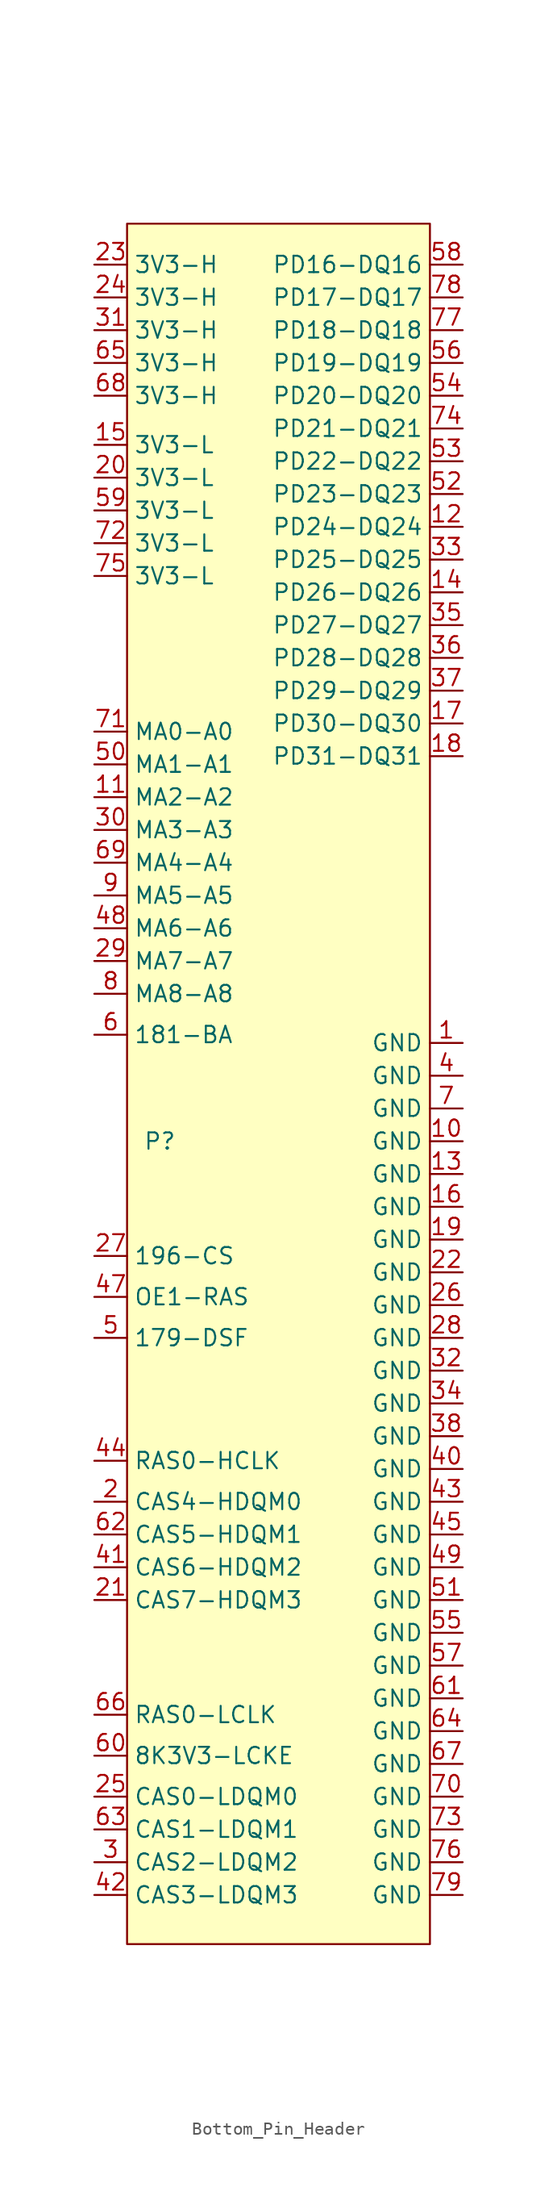
<source format=kicad_sym>
(kicad_symbol_lib
  (version 20220914)
  (generator kicad_symbol_editor)
  (symbol "Bottom_Pin_Header"
    (property "Reference" "P"
      (at 2.54 -71.12 0)
      (effects (font (size 1.27 1.27))))
    (property "Value" ""
      (at 26.035 -63.5 0)
      (effects (font (size 1.27 1.27))))
    (symbol "Bottom_Pin_Header_0_0"
      (pin power_out line (at 26.035 -63.5 180) (length 2.54) (name "GND" (effects (font (size 1.27 1.27)))) (number "1" (effects (font (size 1.27 1.27)))))
      (pin power_out line (at 26.035 -71.12 180) (length 2.54) (name "GND" (effects (font (size 1.27 1.27)))) (number "10" (effects (font (size 1.27 1.27)))))
      (pin output line (at -2.54 -44.45 0) (length 2.54) (name "MA2-A2" (effects (font (size 1.27 1.27)))) (number "11" (effects (font (size 1.27 1.27)))))
      (pin bidirectional line (at 26.035 -23.495 180) (length 2.54) (name "PD24-DQ24" (effects (font (size 1.27 1.27)))) (number "12" (effects (font (size 1.27 1.27)))))
      (pin power_out line (at 26.035 -73.66 180) (length 2.54) (name "GND" (effects (font (size 1.27 1.27)))) (number "13" (effects (font (size 1.27 1.27)))))
      (pin bidirectional line (at 26.035 -28.575 180) (length 2.54) (name "PD26-DQ26" (effects (font (size 1.27 1.27)))) (number "14" (effects (font (size 1.27 1.27)))))
      (pin power_out line (at -2.54 -17.145 0) (length 2.54) (name "3V3-L" (effects (font (size 1.27 1.27)))) (number "15" (effects (font (size 1.27 1.27)))))
      (pin power_out line (at 26.035 -76.2 180) (length 2.54) (name "GND" (effects (font (size 1.27 1.27)))) (number "16" (effects (font (size 1.27 1.27)))))
      (pin bidirectional line (at 26.035 -38.735 180) (length 2.54) (name "PD30-DQ30" (effects (font (size 1.27 1.27)))) (number "17" (effects (font (size 1.27 1.27)))))
      (pin bidirectional line (at 26.035 -41.275 180) (length 2.54) (name "PD31-DQ31" (effects (font (size 1.27 1.27)))) (number "18" (effects (font (size 1.27 1.27)))))
      (pin power_out line (at 26.035 -78.74 180) (length 2.54) (name "GND" (effects (font (size 1.27 1.27)))) (number "19" (effects (font (size 1.27 1.27)))))
      (pin output line (at -2.54 -99.06 0) (length 2.54) (name "CAS4-HDQM0" (effects (font (size 1.27 1.27)))) (number "2" (effects (font (size 1.27 1.27)))))
      (pin power_out line (at -2.54 -19.685 0) (length 2.54) (name "3V3-L" (effects (font (size 1.27 1.27)))) (number "20" (effects (font (size 1.27 1.27)))))
      (pin output line (at -2.54 -106.68 0) (length 2.54) (name "CAS7-HDQM3" (effects (font (size 1.27 1.27)))) (number "21" (effects (font (size 1.27 1.27)))))
      (pin power_out line (at 26.035 -81.28 180) (length 2.54) (name "GND" (effects (font (size 1.27 1.27)))) (number "22" (effects (font (size 1.27 1.27)))))
      (pin power_out line (at -2.54 -3.175 0) (length 2.54) (name "3V3-H" (effects (font (size 1.27 1.27)))) (number "23" (effects (font (size 1.27 1.27)))))
      (pin power_out line (at -2.54 -5.715 0) (length 2.54) (name "3V3-H" (effects (font (size 1.27 1.27)))) (number "24" (effects (font (size 1.27 1.27)))))
      (pin output line (at -2.54 -121.92 0) (length 2.54) (name "CAS0-LDQM0" (effects (font (size 1.27 1.27)))) (number "25" (effects (font (size 1.27 1.27)))))
      (pin power_out line (at 26.035 -83.82 180) (length 2.54) (name "GND" (effects (font (size 1.27 1.27)))) (number "26" (effects (font (size 1.27 1.27)))))
      (pin output line (at -2.54 -80.01 0) (length 2.54) (name "196-CS" (effects (font (size 1.27 1.27)))) (number "27" (effects (font (size 1.27 1.27)))))
      (pin power_out line (at 26.035 -86.36 180) (length 2.54) (name "GND" (effects (font (size 1.27 1.27)))) (number "28" (effects (font (size 1.27 1.27)))))
      (pin output line (at -2.54 -57.15 0) (length 2.54) (name "MA7-A7" (effects (font (size 1.27 1.27)))) (number "29" (effects (font (size 1.27 1.27)))))
      (pin output line (at -2.54 -127 0) (length 2.54) (name "CAS2-LDQM2" (effects (font (size 1.27 1.27)))) (number "3" (effects (font (size 1.27 1.27)))))
      (pin output line (at -2.54 -46.99 0) (length 2.54) (name "MA3-A3" (effects (font (size 1.27 1.27)))) (number "30" (effects (font (size 1.27 1.27)))))
      (pin power_out line (at -2.54 -8.255 0) (length 2.54) (name "3V3-H" (effects (font (size 1.27 1.27)))) (number "31" (effects (font (size 1.27 1.27)))))
      (pin power_out line (at 26.035 -88.9 180) (length 2.54) (name "GND" (effects (font (size 1.27 1.27)))) (number "32" (effects (font (size 1.27 1.27)))))
      (pin bidirectional line (at 26.035 -26.035 180) (length 2.54) (name "PD25-DQ25" (effects (font (size 1.27 1.27)))) (number "33" (effects (font (size 1.27 1.27)))))
      (pin power_out line (at 26.035 -91.44 180) (length 2.54) (name "GND" (effects (font (size 1.27 1.27)))) (number "34" (effects (font (size 1.27 1.27)))))
      (pin bidirectional line (at 26.035 -31.115 180) (length 2.54) (name "PD27-DQ27" (effects (font (size 1.27 1.27)))) (number "35" (effects (font (size 1.27 1.27)))))
      (pin bidirectional line (at 26.035 -33.655 180) (length 2.54) (name "PD28-DQ28" (effects (font (size 1.27 1.27)))) (number "36" (effects (font (size 1.27 1.27)))))
      (pin bidirectional line (at 26.035 -36.195 180) (length 2.54) (name "PD29-DQ29" (effects (font (size 1.27 1.27)))) (number "37" (effects (font (size 1.27 1.27)))))
      (pin power_out line (at 26.035 -93.98 180) (length 2.54) (name "GND" (effects (font (size 1.27 1.27)))) (number "38" (effects (font (size 1.27 1.27)))))
      (pin no_connect line (at 26.035 -52.705 180) (length 2.54) hide (name "NC" (effects (font (size 1.27 1.27)))) (number "39" (effects (font (size 1.27 1.27)))))
      (pin power_out line (at 26.035 -66.04 180) (length 2.54) (name "GND" (effects (font (size 1.27 1.27)))) (number "4" (effects (font (size 1.27 1.27)))))
      (pin power_out line (at 26.035 -96.52 180) (length 2.54) (name "GND" (effects (font (size 1.27 1.27)))) (number "40" (effects (font (size 1.27 1.27)))))
      (pin output line (at -2.54 -104.14 0) (length 2.54) (name "CAS6-HDQM2" (effects (font (size 1.27 1.27)))) (number "41" (effects (font (size 1.27 1.27)))))
      (pin output line (at -2.54 -129.54 0) (length 2.54) (name "CAS3-LDQM3" (effects (font (size 1.27 1.27)))) (number "42" (effects (font (size 1.27 1.27)))))
      (pin power_out line (at 26.035 -99.06 180) (length 2.54) (name "GND" (effects (font (size 1.27 1.27)))) (number "43" (effects (font (size 1.27 1.27)))))
      (pin output line (at -2.54 -95.885 0) (length 2.54) (name "RAS0-HCLK" (effects (font (size 1.27 1.27)))) (number "44" (effects (font (size 1.27 1.27)))))
      (pin power_out line (at 26.035 -101.6 180) (length 2.54) (name "GND" (effects (font (size 1.27 1.27)))) (number "45" (effects (font (size 1.27 1.27)))))
      (pin no_connect line (at 26.035 -50.165 180) (length 2.54) hide (name "NC_MECH" (effects (font (size 1.27 1.27)))) (number "46" (effects (font (size 1.27 1.27)))))
      (pin output line (at -2.54 -54.61 0) (length 2.54) (name "MA6-A6" (effects (font (size 1.27 1.27)))) (number "48" (effects (font (size 1.27 1.27)))))
      (pin power_out line (at 26.035 -104.14 180) (length 2.54) (name "GND" (effects (font (size 1.27 1.27)))) (number "49" (effects (font (size 1.27 1.27)))))
      (pin output line (at -2.54 -86.36 0) (length 2.54) (name "179-DSF" (effects (font (size 1.27 1.27)))) (number "5" (effects (font (size 1.27 1.27)))))
      (pin output line (at -2.54 -41.91 0) (length 2.54) (name "MA1-A1" (effects (font (size 1.27 1.27)))) (number "50" (effects (font (size 1.27 1.27)))))
      (pin power_out line (at 26.035 -106.68 180) (length 2.54) (name "GND" (effects (font (size 1.27 1.27)))) (number "51" (effects (font (size 1.27 1.27)))))
      (pin bidirectional line (at 26.035 -20.955 180) (length 2.54) (name "PD23-DQ23" (effects (font (size 1.27 1.27)))) (number "52" (effects (font (size 1.27 1.27)))))
      (pin bidirectional line (at 26.035 -18.415 180) (length 2.54) (name "PD22-DQ22" (effects (font (size 1.27 1.27)))) (number "53" (effects (font (size 1.27 1.27)))))
      (pin bidirectional line (at 26.035 -13.335 180) (length 2.54) (name "PD20-DQ20" (effects (font (size 1.27 1.27)))) (number "54" (effects (font (size 1.27 1.27)))))
      (pin power_out line (at 26.035 -109.22 180) (length 2.54) (name "GND" (effects (font (size 1.27 1.27)))) (number "55" (effects (font (size 1.27 1.27)))))
      (pin bidirectional line (at 26.035 -10.795 180) (length 2.54) (name "PD19-DQ19" (effects (font (size 1.27 1.27)))) (number "56" (effects (font (size 1.27 1.27)))))
      (pin power_out line (at 26.035 -111.76 180) (length 2.54) (name "GND" (effects (font (size 1.27 1.27)))) (number "57" (effects (font (size 1.27 1.27)))))
      (pin bidirectional line (at 26.035 -3.175 180) (length 2.54) (name "PD16-DQ16" (effects (font (size 1.27 1.27)))) (number "58" (effects (font (size 1.27 1.27)))))
      (pin power_out line (at -2.54 -22.225 0) (length 2.54) (name "3V3-L" (effects (font (size 1.27 1.27)))) (number "59" (effects (font (size 1.27 1.27)))))
      (pin output line (at -2.54 -62.865 0) (length 2.54) (name "181-BA" (effects (font (size 1.27 1.27)))) (number "6" (effects (font (size 1.27 1.27)))))
      (pin power_out line (at 26.035 -114.3 180) (length 2.54) (name "GND" (effects (font (size 1.27 1.27)))) (number "61" (effects (font (size 1.27 1.27)))))
      (pin output line (at -2.54 -101.6 0) (length 2.54) (name "CAS5-HDQM1" (effects (font (size 1.27 1.27)))) (number "62" (effects (font (size 1.27 1.27)))))
      (pin output line (at -2.54 -124.46 0) (length 2.54) (name "CAS1-LDQM1" (effects (font (size 1.27 1.27)))) (number "63" (effects (font (size 1.27 1.27)))))
      (pin power_out line (at 26.035 -116.84 180) (length 2.54) (name "GND" (effects (font (size 1.27 1.27)))) (number "64" (effects (font (size 1.27 1.27)))))
      (pin power_out line (at -2.54 -10.795 0) (length 2.54) (name "3V3-H" (effects (font (size 1.27 1.27)))) (number "65" (effects (font (size 1.27 1.27)))))
      (pin output line (at -2.54 -115.57 0) (length 2.54) (name "RAS0-LCLK" (effects (font (size 1.27 1.27)))) (number "66" (effects (font (size 1.27 1.27)))))
      (pin power_out line (at 26.035 -119.38 180) (length 2.54) (name "GND" (effects (font (size 1.27 1.27)))) (number "67" (effects (font (size 1.27 1.27)))))
      (pin power_out line (at -2.54 -13.335 0) (length 2.54) (name "3V3-H" (effects (font (size 1.27 1.27)))) (number "68" (effects (font (size 1.27 1.27)))))
      (pin output line (at -2.54 -49.53 0) (length 2.54) (name "MA4-A4" (effects (font (size 1.27 1.27)))) (number "69" (effects (font (size 1.27 1.27)))))
      (pin power_out line (at 26.035 -68.58 180) (length 2.54) (name "GND" (effects (font (size 1.27 1.27)))) (number "7" (effects (font (size 1.27 1.27)))))
      (pin power_out line (at 26.035 -121.92 180) (length 2.54) (name "GND" (effects (font (size 1.27 1.27)))) (number "70" (effects (font (size 1.27 1.27)))))
      (pin output line (at -2.54 -39.37 0) (length 2.54) (name "MA0-A0" (effects (font (size 1.27 1.27)))) (number "71" (effects (font (size 1.27 1.27)))))
      (pin power_out line (at -2.54 -24.765 0) (length 2.54) (name "3V3-L" (effects (font (size 1.27 1.27)))) (number "72" (effects (font (size 1.27 1.27)))))
      (pin power_out line (at 26.035 -124.46 180) (length 2.54) (name "GND" (effects (font (size 1.27 1.27)))) (number "73" (effects (font (size 1.27 1.27)))))
      (pin bidirectional line (at 26.035 -15.875 180) (length 2.54) (name "PD21-DQ21" (effects (font (size 1.27 1.27)))) (number "74" (effects (font (size 1.27 1.27)))))
      (pin power_out line (at -2.54 -27.305 0) (length 2.54) (name "3V3-L" (effects (font (size 1.27 1.27)))) (number "75" (effects (font (size 1.27 1.27)))))
      (pin power_out line (at 26.035 -127 180) (length 2.54) (name "GND" (effects (font (size 1.27 1.27)))) (number "76" (effects (font (size 1.27 1.27)))))
      (pin bidirectional line (at 26.035 -8.255 180) (length 2.54) (name "PD18-DQ18" (effects (font (size 1.27 1.27)))) (number "77" (effects (font (size 1.27 1.27)))))
      (pin bidirectional line (at 26.035 -5.715 180) (length 2.54) (name "PD17-DQ17" (effects (font (size 1.27 1.27)))) (number "78" (effects (font (size 1.27 1.27)))))
      (pin power_out line (at 26.035 -129.54 180) (length 2.54) (name "GND" (effects (font (size 1.27 1.27)))) (number "79" (effects (font (size 1.27 1.27)))))
      (pin output line (at -2.54 -59.69 0) (length 2.54) (name "MA8-A8" (effects (font (size 1.27 1.27)))) (number "8" (effects (font (size 1.27 1.27)))))
      (pin no_connect line (at 26.035 -55.245 180) (length 2.54) hide (name "NC" (effects (font (size 1.27 1.27)))) (number "80" (effects (font (size 1.27 1.27)))))
      (pin output line (at -2.54 -52.07 0) (length 2.54) (name "MA5-A5" (effects (font (size 1.27 1.27)))) (number "9" (effects (font (size 1.27 1.27))))))
    (symbol "Bottom_Pin_Header_1_0"
      (pin output line (at -2.54 -83.185 0) (length 2.54) (name "OE1-RAS" (effects (font (size 1.27 1.27)))) (number "47" (effects (font (size 1.27 1.27)))))
      (pin passive line (at -2.54 -118.745 0) (length 2.54) (name "8K3V3-LCKE" (effects (font (size 1.27 1.27)))) (number "60" (effects (font (size 1.27 1.27))))))
    (symbol "Bottom_Pin_Header_1_1"
      (rectangle (start 0 0) (end 23.495 -133.35) (stroke (width 0) (type default)) (fill (type background))))))
</source>
